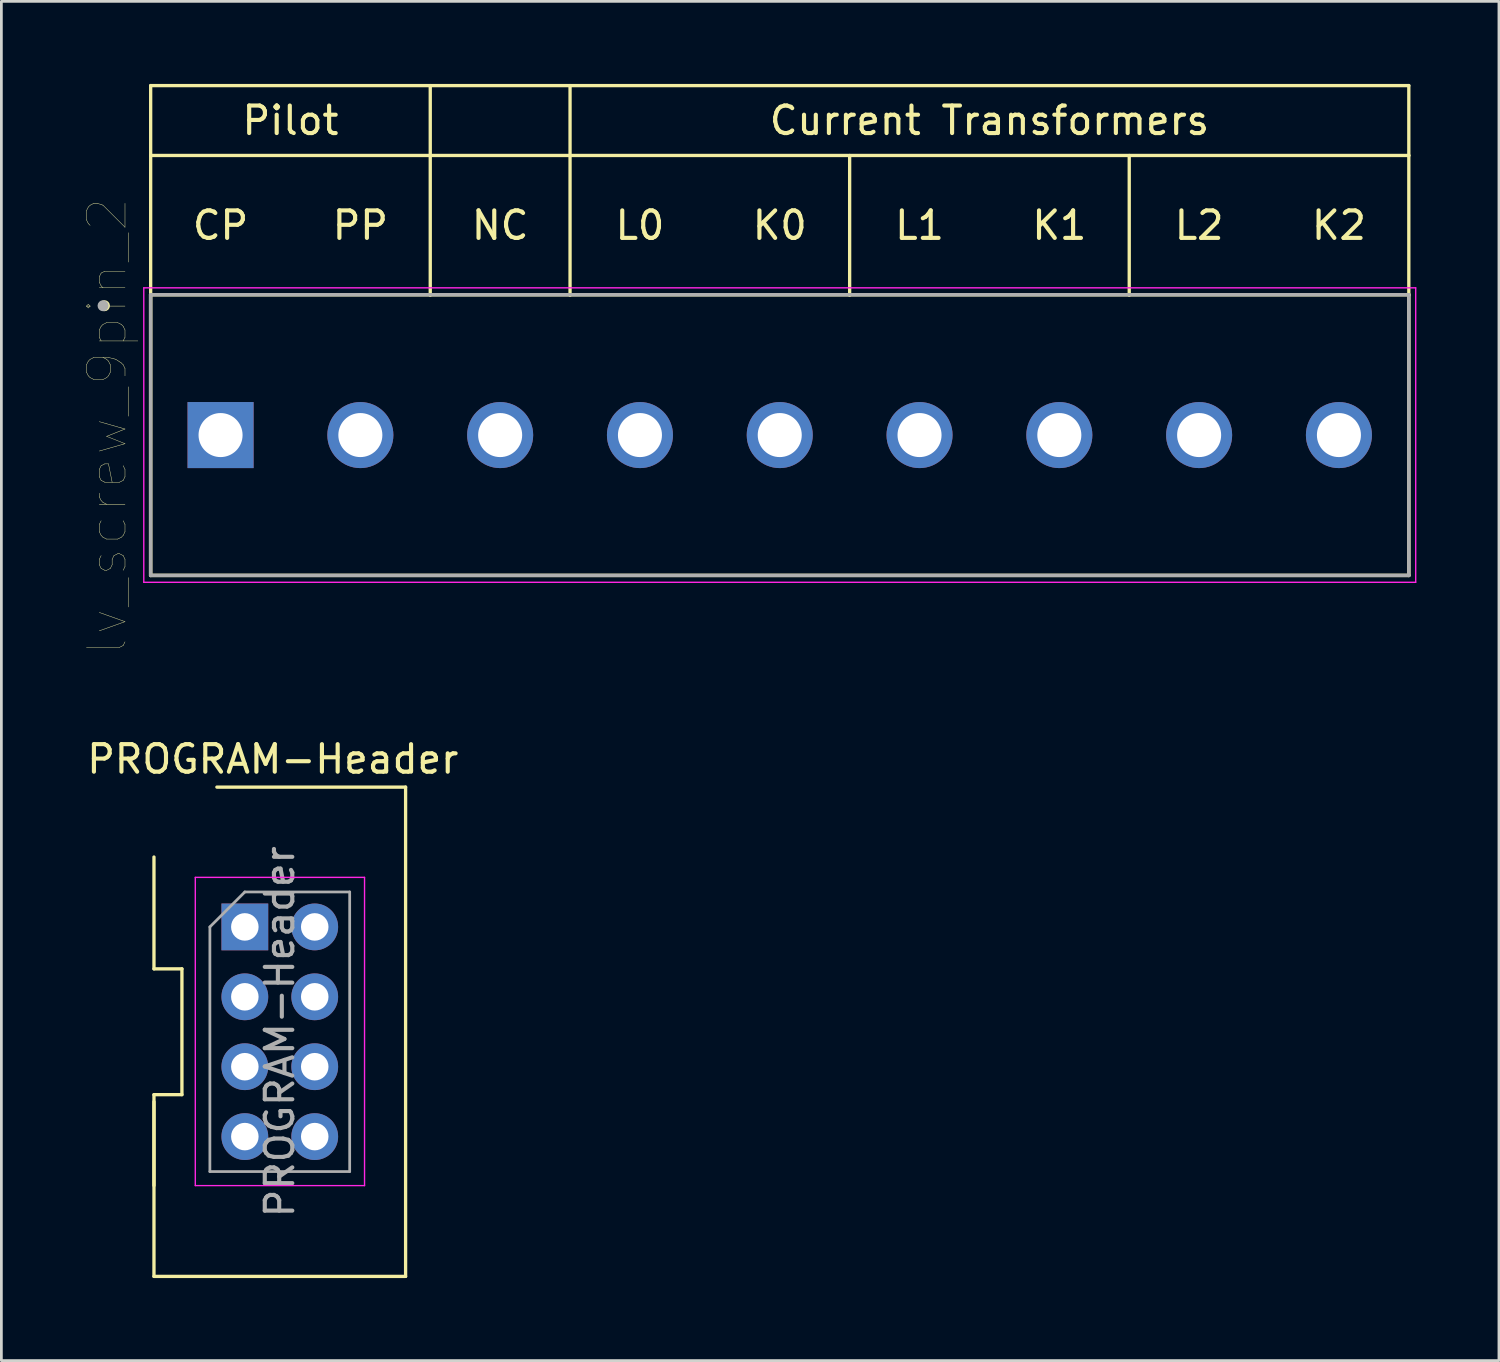
<source format=kicad_pcb>
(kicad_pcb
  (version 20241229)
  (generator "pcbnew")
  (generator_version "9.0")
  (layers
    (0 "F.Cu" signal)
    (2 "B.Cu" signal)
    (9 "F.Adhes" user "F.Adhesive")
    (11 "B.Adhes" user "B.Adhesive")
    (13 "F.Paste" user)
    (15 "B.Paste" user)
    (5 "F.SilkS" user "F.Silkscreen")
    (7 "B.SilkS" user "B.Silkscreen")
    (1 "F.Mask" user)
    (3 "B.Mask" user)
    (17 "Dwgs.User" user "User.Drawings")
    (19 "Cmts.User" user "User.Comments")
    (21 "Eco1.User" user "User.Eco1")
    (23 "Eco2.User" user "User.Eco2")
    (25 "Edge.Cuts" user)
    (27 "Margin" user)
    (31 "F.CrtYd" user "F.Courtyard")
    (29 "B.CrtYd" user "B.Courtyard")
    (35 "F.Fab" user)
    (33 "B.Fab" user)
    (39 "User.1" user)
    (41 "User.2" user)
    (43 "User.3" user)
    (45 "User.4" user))
  (footprint "lv_screw_9pin_2"
    (layer "F.Cu")
    (at 4.965 12.76)
    (property "Reference" "lv_screw_9pin_2" (at -4.12 -0.32 90) (layer "F.SilkS") (effects (font (size 1.4 1.4) (thickness 0.015))))
    (attr through_hole)
    (fp_line (start -2.54 -12.7) (end 43.18 -12.7) (stroke (width 0.12) (type solid)) (layer "F.SilkS"))
    (fp_line (start -2.54 -10.16) (end -2.54 -12.7) (stroke (width 0.12) (type solid)) (layer "F.SilkS"))
    (fp_line (start -2.54 -10.16) (end -2.54 -5.1) (stroke (width 0.12) (type solid)) (layer "F.SilkS"))
    (fp_line (start -2.54 -5.1) (end 43.18 -5.1) (stroke (width 0.127) (type solid)) (layer "F.SilkS"))
    (fp_line (start -2.54 5.1) (end -2.54 -5.1) (stroke (width 0.127) (type solid)) (layer "F.SilkS"))
    (fp_line (start 7.62 -5.08) (end 7.62 -12.7) (stroke (width 0.12) (type solid)) (layer "F.SilkS"))
    (fp_line (start 12.7 -10.16) (end 12.7 -12.7) (stroke (width 0.12) (type solid)) (layer "F.SilkS"))
    (fp_line (start 12.7 -5.08) (end 12.7 -10.16) (stroke (width 0.12) (type solid)) (layer "F.SilkS"))
    (fp_line (start 22.86 -5.08) (end 22.86 -10.16) (stroke (width 0.12) (type solid)) (layer "F.SilkS"))
    (fp_line (start 33.02 -5.08) (end 33.02 -10.16) (stroke (width 0.12) (type solid)) (layer "F.SilkS"))
    (fp_line (start 43.18 -12.7) (end 43.18 -10.16) (stroke (width 0.12) (type solid)) (layer "F.SilkS"))
    (fp_line (start 43.18 -10.16) (end -2.54 -10.16) (stroke (width 0.12) (type solid)) (layer "F.SilkS"))
    (fp_line (start 43.18 -5.1) (end 43.18 5.1) (stroke (width 0.127) (type solid)) (layer "F.SilkS"))
    (fp_line (start 43.18 -5.08) (end 43.18 -10.16) (stroke (width 0.12) (type solid)) (layer "F.SilkS"))
    (fp_line (start 43.18 5.1) (end -2.54 5.1) (stroke (width 0.127) (type solid)) (layer "F.SilkS"))
    (fp_circle (center -4.22 -4.7) (end -4.12 -4.7) (stroke (width 0.2) (type solid)) (fill no) (layer "F.SilkS"))
    (fp_line (start -2.79 -5.35) (end 43.43 -5.35) (stroke (width 0.05) (type solid)) (layer "F.CrtYd"))
    (fp_line (start -2.79 5.35) (end -2.79 -5.35) (stroke (width 0.05) (type solid)) (layer "F.CrtYd"))
    (fp_line (start 43.43 -5.35) (end 43.43 5.35) (stroke (width 0.05) (type solid)) (layer "F.CrtYd"))
    (fp_line (start 43.43 5.35) (end -2.79 5.35) (stroke (width 0.05) (type solid)) (layer "F.CrtYd"))
    (fp_line (start -2.54 -5.1) (end 43.18 -5.1) (stroke (width 0.127) (type solid)) (layer "F.Fab"))
    (fp_line (start -2.54 5.1) (end -2.54 -5.1) (stroke (width 0.127) (type solid)) (layer "F.Fab"))
    (fp_line (start 43.18 -5.1) (end 43.18 5.1) (stroke (width 0.127) (type solid)) (layer "F.Fab"))
    (fp_line (start 43.18 5.1) (end -2.54 5.1) (stroke (width 0.127) (type solid)) (layer "F.Fab"))
    (fp_circle (center -4.27 -4.7) (end -4.17 -4.7) (stroke (width 0.2) (type solid)) (fill no) (layer "F.Fab"))
    (fp_text user "Pilot" (at 2.54 -11.43 0) (layer "F.SilkS") (effects (font (size 1 1) (thickness 0.15))))
    (fp_text user "K2" (at 40.64 -7.62 0) (layer "F.SilkS") (effects (font (size 1 1) (thickness 0.15))))
    (fp_text user "L2" (at 35.56 -7.62 0) (layer "F.SilkS") (effects (font (size 1 1) (thickness 0.15))))
    (fp_text user "Current Transformers" (at 27.94 -11.43 0) (layer "F.SilkS") (effects (font (size 1 1) (thickness 0.15))))
    (fp_text user "L1" (at 25.4 -7.62 0) (layer "F.SilkS") (effects (font (size 1 1) (thickness 0.15))))
    (fp_text user "K0" (at 20.32 -7.62 0) (layer "F.SilkS") (effects (font (size 1 1) (thickness 0.15))))
    (fp_text user "NC" (at 10.16 -7.62 0) (layer "F.SilkS") (effects (font (size 1 1) (thickness 0.15))))
    (fp_text user "PP" (at 5.08 -7.62 0) (layer "F.SilkS") (effects (font (size 1 1) (thickness 0.15))))
    (fp_text user "L0" (at 15.24 -7.62 0) (layer "F.SilkS") (effects (font (size 1 1) (thickness 0.15))))
    (fp_text user "K1" (at 30.48 -7.62 0) (layer "F.SilkS") (effects (font (size 1 1) (thickness 0.15))))
    (fp_text user "CP" (at 0 -7.62 0) (layer "F.SilkS") (effects (font (size 1 1) (thickness 0.15))))
    (pad "1" thru_hole rect (at 0 0) (size 2.4 2.4) (drill 1.6) (layers "*.Cu" "*.Mask"))
    (pad "2" thru_hole circle (at 5.08 0) (size 2.4 2.4) (drill 1.6) (layers "*.Cu" "*.Mask"))
    (pad "3" thru_hole circle (at 10.16 0) (size 2.4 2.4) (drill 1.6) (layers "*.Cu" "*.Mask"))
    (pad "4" thru_hole circle (at 15.24 0) (size 2.4 2.4) (drill 1.6) (layers "*.Cu" "*.Mask"))
    (pad "5" thru_hole circle (at 20.32 0) (size 2.4 2.4) (drill 1.6) (layers "*.Cu" "*.Mask"))
    (pad "6" thru_hole circle (at 25.4 0) (size 2.4 2.4) (drill 1.6) (layers "*.Cu" "*.Mask"))
    (pad "7" thru_hole circle (at 30.48 0) (size 2.4 2.4) (drill 1.6) (layers "*.Cu" "*.Mask"))
    (pad "8" thru_hole circle (at 35.56 0) (size 2.4 2.4) (drill 1.6) (layers "*.Cu" "*.Mask"))
    (pad "9" thru_hole circle (at 40.64 0) (size 2.4 2.4) (drill 1.6) (layers "*.Cu" "*.Mask")))
  (footprint "PROGRAM-Header"
    (layer "F.Cu")
    (at 5.847 30.633)
    (property "Reference" "PROGRAM-Header" (at 1.016 -6.096 0) (layer "F.SilkS") (effects (font (size 1 1) (thickness 0.15))))
    (attr through_hole)
    (fp_line (start -3.302 -2.54) (end -3.302 1.524) (stroke (width 0.12) (type solid)) (layer "F.SilkS"))
    (fp_line (start -3.302 6.096) (end -3.302 12.7) (stroke (width 0.12) (type solid)) (layer "F.SilkS"))
    (fp_line (start -3.302 9.398) (end -3.302 6.35) (stroke (width 0.12) (type solid)) (layer "F.SilkS"))
    (fp_line (start -3.302 12.7) (end 5.842 12.7) (stroke (width 0.12) (type solid)) (layer "F.SilkS"))
    (fp_line (start -2.286 1.524) (end -3.302 1.524) (stroke (width 0.12) (type solid)) (layer "F.SilkS"))
    (fp_line (start -2.286 1.524) (end -2.286 6.096) (stroke (width 0.12) (type solid)) (layer "F.SilkS"))
    (fp_line (start -2.286 6.096) (end -3.302 6.096) (stroke (width 0.12) (type solid)) (layer "F.SilkS"))
    (fp_line (start -1.016 -5.08) (end 5.842 -5.08) (stroke (width 0.12) (type solid)) (layer "F.SilkS"))
    (fp_line (start 5.842 12.7) (end 5.842 -5.08) (stroke (width 0.12) (type solid)) (layer "F.SilkS"))
    (fp_line (start -1.8 -1.8) (end -1.8 9.4) (stroke (width 0.05) (type solid)) (layer "F.CrtYd"))
    (fp_line (start -1.8 9.4) (end 4.35 9.4) (stroke (width 0.05) (type solid)) (layer "F.CrtYd"))
    (fp_line (start 4.35 -1.8) (end -1.8 -1.8) (stroke (width 0.05) (type solid)) (layer "F.CrtYd"))
    (fp_line (start 4.35 9.4) (end 4.35 -1.8) (stroke (width 0.05) (type solid)) (layer "F.CrtYd"))
    (fp_line (start -1.27 0) (end 0 -1.27) (stroke (width 0.1) (type solid)) (layer "F.Fab"))
    (fp_line (start -1.27 8.89) (end -1.27 0) (stroke (width 0.1) (type solid)) (layer "F.Fab"))
    (fp_line (start 0 -1.27) (end 3.81 -1.27) (stroke (width 0.1) (type solid)) (layer "F.Fab"))
    (fp_line (start 3.81 -1.27) (end 3.81 8.89) (stroke (width 0.1) (type solid)) (layer "F.Fab"))
    (fp_line (start 3.81 8.89) (end -1.27 8.89) (stroke (width 0.1) (type solid)) (layer "F.Fab"))
    (fp_text user "${REFERENCE}" (at 1.27 3.81 90) (layer "F.Fab") (effects (font (size 1 1) (thickness 0.15))))
    (pad "1" thru_hole rect (at 0 0) (size 1.7 1.7) (drill 1) (layers "*.Cu" "*.Mask"))
    (pad "2" thru_hole oval (at 0 2.54) (size 1.7 1.7) (drill 1) (layers "*.Cu" "*.Mask"))
    (pad "3" thru_hole oval (at 0 5.08) (size 1.7 1.7) (drill 1) (layers "*.Cu" "*.Mask"))
    (pad "4" thru_hole oval (at 0 7.62) (size 1.7 1.7) (drill 1) (layers "*.Cu" "*.Mask"))
    (pad "5" thru_hole oval (at 2.54 0) (size 1.7 1.7) (drill 1) (layers "*.Cu" "*.Mask"))
    (pad "6" thru_hole oval (at 2.54 2.54) (size 1.7 1.7) (drill 1) (layers "*.Cu" "*.Mask"))
    (pad "7" thru_hole oval (at 2.54 5.08) (size 1.7 1.7) (drill 1) (layers "*.Cu" "*.Mask"))
    (pad "8" thru_hole oval (at 2.54 7.62) (size 1.7 1.7) (drill 1) (layers "*.Cu" "*.Mask")))
  (gr_rect
    (start -3 -3)
    (end 51.42 46.393)
    (stroke (width 0.1) (type default))
    (fill no)
    (layer "Edge.Cuts")))
</source>
